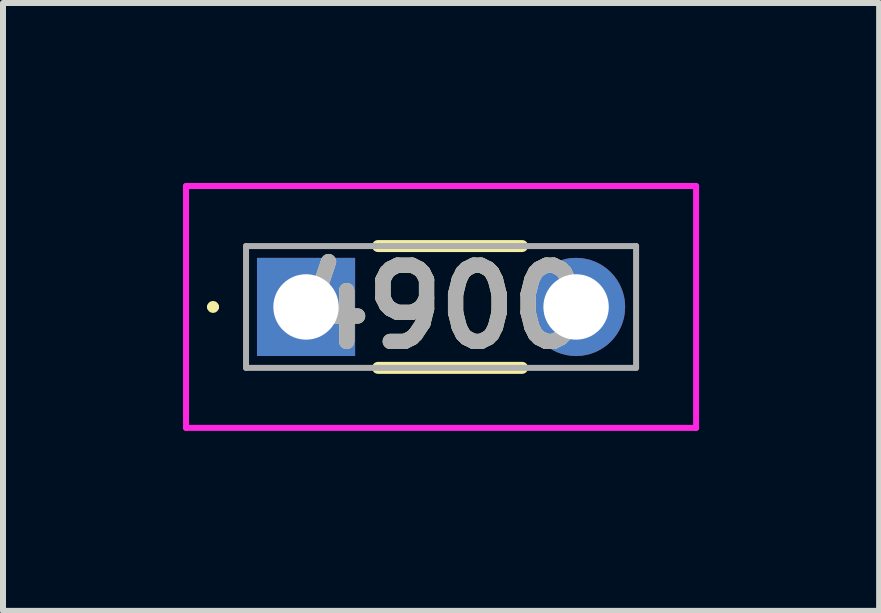
<source format=kicad_pcb>
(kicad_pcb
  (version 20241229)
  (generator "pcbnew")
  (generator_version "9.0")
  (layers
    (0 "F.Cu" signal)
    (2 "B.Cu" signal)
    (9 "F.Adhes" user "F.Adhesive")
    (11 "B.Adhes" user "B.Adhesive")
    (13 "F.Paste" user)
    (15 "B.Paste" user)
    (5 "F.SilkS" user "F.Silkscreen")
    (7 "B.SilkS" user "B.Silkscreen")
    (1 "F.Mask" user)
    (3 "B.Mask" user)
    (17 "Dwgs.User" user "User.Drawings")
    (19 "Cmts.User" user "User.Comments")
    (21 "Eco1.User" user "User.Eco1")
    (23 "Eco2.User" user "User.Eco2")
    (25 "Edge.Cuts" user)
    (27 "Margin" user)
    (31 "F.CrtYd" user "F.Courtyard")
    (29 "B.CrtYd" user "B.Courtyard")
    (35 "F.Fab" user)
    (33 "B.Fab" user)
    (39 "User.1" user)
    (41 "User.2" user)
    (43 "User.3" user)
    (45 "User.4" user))
  (footprint "4900"
    (layer "F.Cu")
    (at 2.05 2.065)
    (property "Reference" "4900" (at 2.25 0 0) (layer "F.SilkS") (effects (font (size 1.27 1.27) (thickness 0.254))))
    (attr through_hole)
    (fp_line (start -1.6 0) (end -1.6 0) (stroke (width 0.1) (type solid)) (layer "F.SilkS"))
    (fp_line (start -1.5 0) (end -1.5 0) (stroke (width 0.1) (type solid)) (layer "F.SilkS"))
    (fp_line (start 1.2 -1.015) (end 3.6 -1.015) (stroke (width 0.2) (type solid)) (layer "F.SilkS"))
    (fp_line (start 1.2 1.015) (end 3.6 1.015) (stroke (width 0.2) (type solid)) (layer "F.SilkS"))
    (fp_arc (start -1.6 0) (mid -1.55 -0.05) (end -1.5 0) (stroke (width 0.1) (type solid)) (layer "F.SilkS"))
    (fp_arc (start -1.5 0) (mid -1.55 0.05) (end -1.6 0) (stroke (width 0.1) (type solid)) (layer "F.SilkS"))
    (fp_line (start -2 -2.015) (end 6.5 -2.015) (stroke (width 0.1) (type solid)) (layer "F.CrtYd"))
    (fp_line (start -2 2.015) (end -2 -2.015) (stroke (width 0.1) (type solid)) (layer "F.CrtYd"))
    (fp_line (start 6.5 -2.015) (end 6.5 2.015) (stroke (width 0.1) (type solid)) (layer "F.CrtYd"))
    (fp_line (start 6.5 2.015) (end -2 2.015) (stroke (width 0.1) (type solid)) (layer "F.CrtYd"))
    (fp_line (start -1 -1.015) (end 5.5 -1.015) (stroke (width 0.1) (type solid)) (layer "F.Fab"))
    (fp_line (start -1 1.015) (end -1 -1.015) (stroke (width 0.1) (type solid)) (layer "F.Fab"))
    (fp_line (start 5.5 -1.015) (end 5.5 1.015) (stroke (width 0.1) (type solid)) (layer "F.Fab"))
    (fp_line (start 5.5 1.015) (end -1 1.015) (stroke (width 0.1) (type solid)) (layer "F.Fab"))
    (fp_text user "${REFERENCE}" (at 2.25 0 0) (layer "F.Fab") (effects (font (size 1.27 1.27) (thickness 0.254))))
    (pad "1" thru_hole rect (at 0 0) (size 1.635 1.635) (drill 1.09) (layers "*.Cu" "*.Mask"))
    (pad "2" thru_hole circle (at 4.5 0) (size 1.635 1.635) (drill 1.09) (layers "*.Cu" "*.Mask")))
  (gr_rect
    (start -3 -3)
    (end 11.6 7.13)
    (stroke (width 0.1) (type default))
    (fill no)
    (layer "Edge.Cuts")))
</source>
